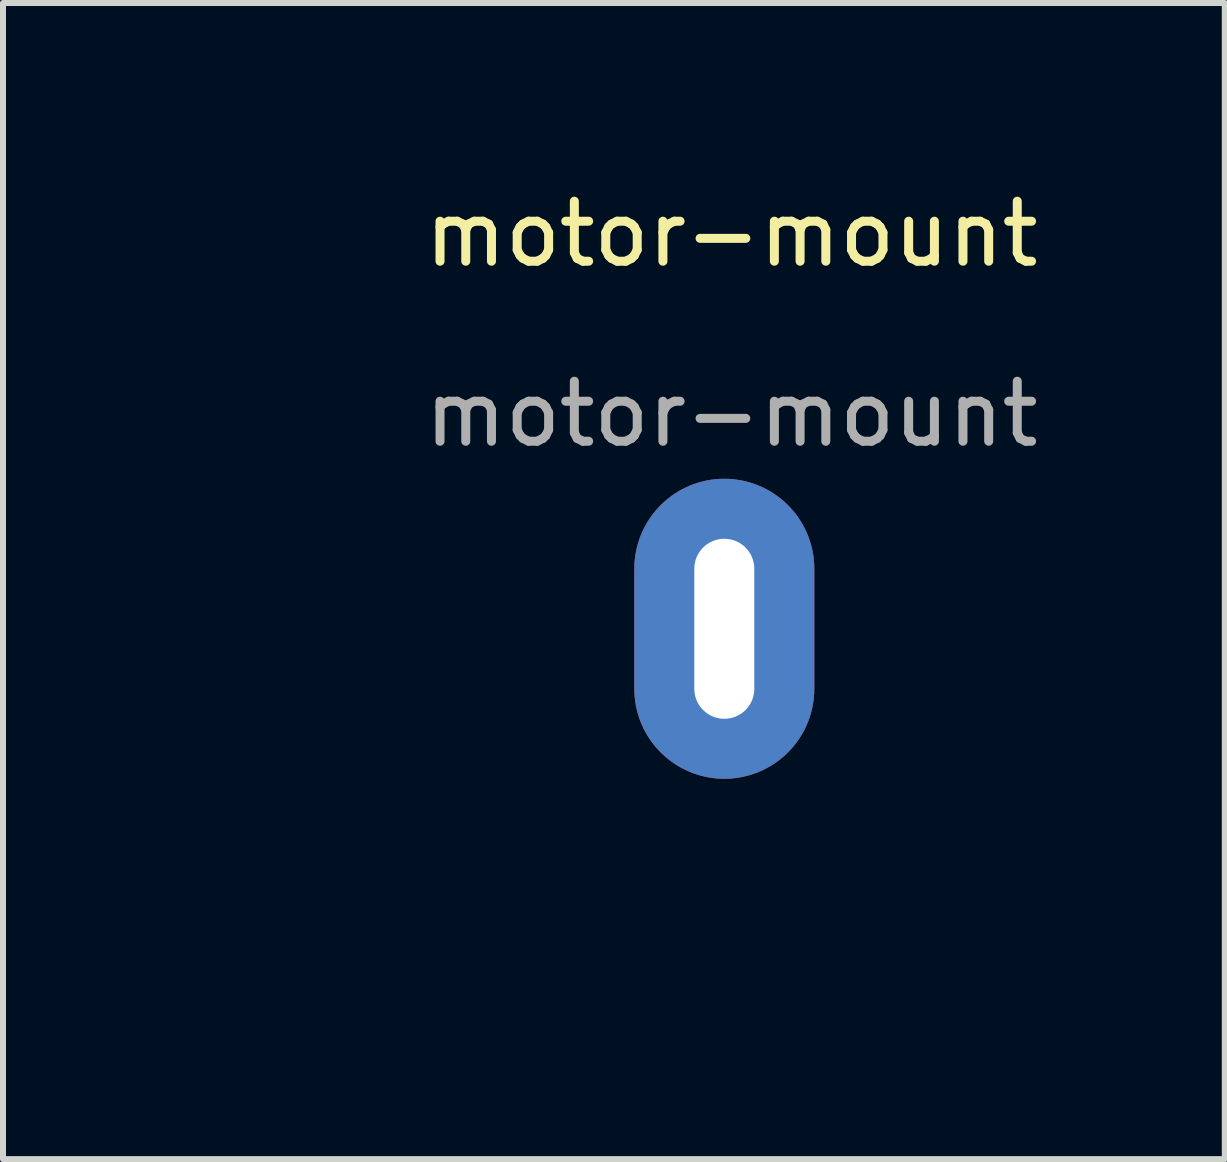
<source format=kicad_pcb>
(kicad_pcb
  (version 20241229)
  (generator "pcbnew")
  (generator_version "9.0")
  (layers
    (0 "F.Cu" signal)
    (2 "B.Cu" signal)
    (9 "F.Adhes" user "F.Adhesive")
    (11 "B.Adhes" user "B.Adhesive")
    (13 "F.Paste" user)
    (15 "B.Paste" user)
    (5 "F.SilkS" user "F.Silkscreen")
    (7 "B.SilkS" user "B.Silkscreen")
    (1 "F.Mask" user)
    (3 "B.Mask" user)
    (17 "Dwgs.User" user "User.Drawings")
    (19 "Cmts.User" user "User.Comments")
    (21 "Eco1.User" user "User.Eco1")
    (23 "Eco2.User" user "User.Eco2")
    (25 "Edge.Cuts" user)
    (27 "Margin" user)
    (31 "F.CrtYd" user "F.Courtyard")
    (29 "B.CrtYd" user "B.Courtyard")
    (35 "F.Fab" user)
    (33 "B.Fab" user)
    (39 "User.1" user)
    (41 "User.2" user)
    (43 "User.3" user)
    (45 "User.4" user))
  (footprint "motor-mount"
    (layer "F.Cu")
    (at 0.25 13.016)
    (property "Reference" "motor-mount" (at 8.89 -12.168 0) (unlocked yes) (layer "F.SilkS") (effects (font (size 1 1) (thickness 0.15))))
    (fp_text user "${REFERENCE}" (at 8.89 -9.168 0) (unlocked yes) (layer "F.Fab") (effects (font (size 1 1) (thickness 0.15))))
    (pad "1" thru_hole oval (at 8.77 -5.588) (size 3 5) (drill oval 1 3) (layers "*.Cu" "*.Mask")))
  (gr_rect
    (start -3 -3)
    (end 17.36 16.266)
    (stroke (width 0.1) (type default))
    (fill no)
    (layer "Edge.Cuts")))
</source>
